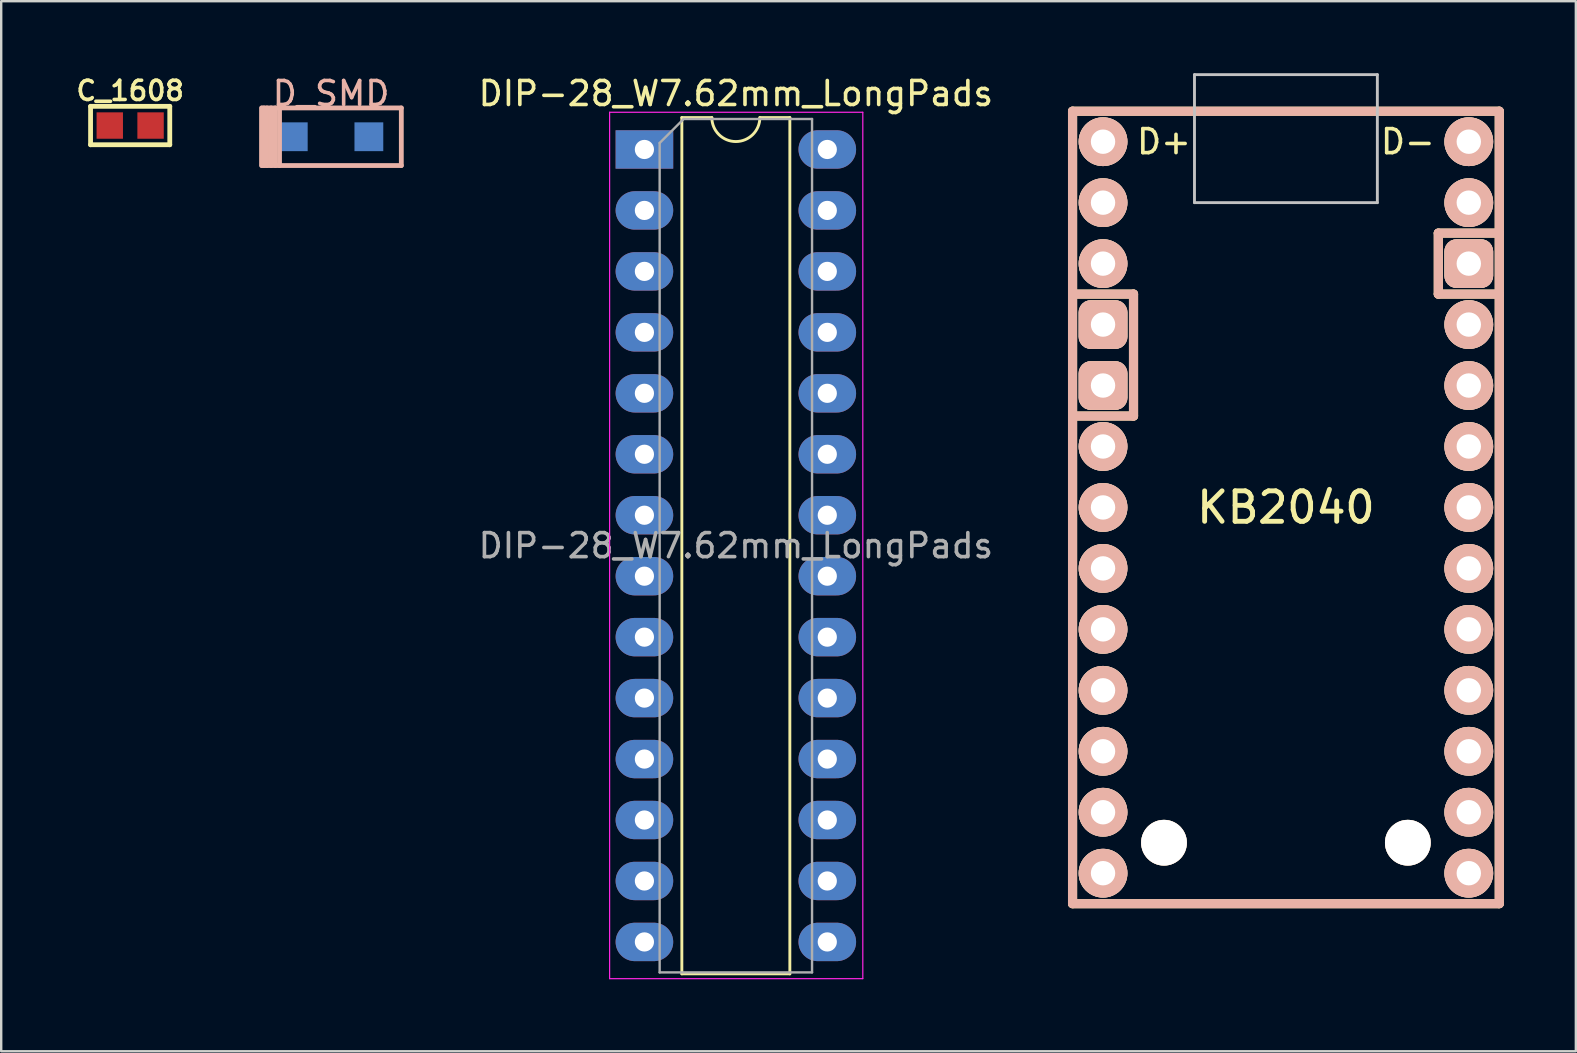
<source format=kicad_pcb>
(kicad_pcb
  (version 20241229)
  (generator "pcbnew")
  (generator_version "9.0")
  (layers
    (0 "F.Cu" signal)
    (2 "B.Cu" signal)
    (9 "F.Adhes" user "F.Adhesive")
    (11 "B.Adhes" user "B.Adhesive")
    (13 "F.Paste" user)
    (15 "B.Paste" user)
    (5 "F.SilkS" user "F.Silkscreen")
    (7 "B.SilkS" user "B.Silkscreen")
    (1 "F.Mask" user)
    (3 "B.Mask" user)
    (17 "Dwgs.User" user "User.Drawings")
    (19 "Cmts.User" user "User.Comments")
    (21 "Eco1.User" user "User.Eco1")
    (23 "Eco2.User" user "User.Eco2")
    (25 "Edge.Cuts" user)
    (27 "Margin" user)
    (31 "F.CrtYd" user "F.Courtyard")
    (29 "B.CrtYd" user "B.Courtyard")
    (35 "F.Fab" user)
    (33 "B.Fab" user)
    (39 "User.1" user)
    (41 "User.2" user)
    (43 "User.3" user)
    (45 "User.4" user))
  (footprint "D_SMD"
    (layer "F.Cu")
    (at 10.745 2.648)
    (property "Reference" "D_SMD" (at 0 -1.8 0) (layer "B.SilkS") (effects (font (size 1 1) (thickness 0.15))))
    (attr smd)
    (fp_line (start -2.898 -1.2) (end -2.898 1.2) (stroke (width 0.2) (type solid)) (layer "B.SilkS"))
    (fp_line (start -2.873 1.2) (end 2.927 1.2) (stroke (width 0.2) (type solid)) (layer "B.SilkS"))
    (fp_line (start -2.798 1.2) (end -2.798 -1.2) (stroke (width 0.2) (type solid)) (layer "B.SilkS"))
    (fp_line (start -2.673 1.2) (end -2.673 -1.2) (stroke (width 0.2) (type solid)) (layer "B.SilkS"))
    (fp_line (start -2.498 1.2) (end -2.498 -1.2) (stroke (width 0.2) (type solid)) (layer "B.SilkS"))
    (fp_line (start -2.323 1.2) (end -2.323 -1.2) (stroke (width 0.2) (type solid)) (layer "B.SilkS"))
    (fp_line (start -2.148 1.2) (end -2.148 -1.2) (stroke (width 0.2) (type solid)) (layer "B.SilkS"))
    (fp_line (start 2.927 -1.2) (end -2.873 -1.2) (stroke (width 0.2) (type solid)) (layer "B.SilkS"))
    (fp_line (start 2.927 1.2) (end 2.927 -1.2) (stroke (width 0.2) (type solid)) (layer "B.SilkS"))
    (pad "1" smd rect (at -1.575 0) (size 1.2 1.2) (layers "B.Cu" "B.Mask" "B.Paste"))
    (pad "2" smd rect (at 1.575 0) (size 1.2 1.2) (layers "B.Cu" "B.Mask" "B.Paste")))
  (footprint "KB2040"
    (layer "F.Cu")
    (at 50.531 18.094)
    (property "Reference" "KB2040" (at 0 0 180) (layer "F.SilkS") (effects (font (size 1.27 1.27) (thickness 0.203))))
    (attr through_hole)
    (fp_line (start -8.89 16.51) (end -8.89 -16.51) (stroke (width 0.381) (type solid)) (layer "F.SilkS"))
    (fp_line (start -8.89 16.51) (end 8.89 16.51) (stroke (width 0.381) (type solid)) (layer "F.SilkS"))
    (fp_line (start -6.35 -8.89) (end -8.89 -8.89) (stroke (width 0.381) (type solid)) (layer "F.SilkS"))
    (fp_line (start -6.35 -8.89) (end -6.35 -3.81) (stroke (width 0.381) (type solid)) (layer "F.SilkS"))
    (fp_line (start -6.35 -3.81) (end -8.89 -3.81) (stroke (width 0.381) (type solid)) (layer "F.SilkS"))
    (fp_line (start 6.35 -11.43) (end 6.35 -8.89) (stroke (width 0.381) (type solid)) (layer "F.SilkS"))
    (fp_line (start 8.89 -16.51) (end -8.89 -16.51) (stroke (width 0.381) (type solid)) (layer "F.SilkS"))
    (fp_line (start 8.89 -11.43) (end 6.35 -11.43) (stroke (width 0.381) (type solid)) (layer "F.SilkS"))
    (fp_line (start 8.89 -8.89) (end 6.35 -8.89) (stroke (width 0.381) (type solid)) (layer "F.SilkS"))
    (fp_line (start 8.89 16.51) (end 8.89 -16.51) (stroke (width 0.381) (type solid)) (layer "F.SilkS"))
    (fp_line (start -8.89 16.51) (end -8.89 -16.51) (stroke (width 0.381) (type solid)) (layer "B.SilkS"))
    (fp_line (start -8.89 16.51) (end 8.89 16.51) (stroke (width 0.381) (type solid)) (layer "B.SilkS"))
    (fp_line (start -6.35 -8.89) (end -8.89 -8.89) (stroke (width 0.381) (type solid)) (layer "B.SilkS"))
    (fp_line (start -6.35 -8.89) (end -6.35 -3.81) (stroke (width 0.381) (type solid)) (layer "B.SilkS"))
    (fp_line (start -6.35 -3.81) (end -8.89 -3.81) (stroke (width 0.381) (type solid)) (layer "B.SilkS"))
    (fp_line (start 6.35 -11.43) (end 6.35 -8.89) (stroke (width 0.381) (type solid)) (layer "B.SilkS"))
    (fp_line (start 8.89 -16.51) (end -8.89 -16.51) (stroke (width 0.381) (type solid)) (layer "B.SilkS"))
    (fp_line (start 8.89 -11.43) (end 6.35 -11.43) (stroke (width 0.381) (type solid)) (layer "B.SilkS"))
    (fp_line (start 8.89 -8.89) (end 6.35 -8.89) (stroke (width 0.381) (type solid)) (layer "B.SilkS"))
    (fp_line (start 8.89 16.51) (end 8.89 -16.51) (stroke (width 0.381) (type solid)) (layer "B.SilkS"))
    (fp_line (start -3.81 -12.7) (end -3.81 -18.034) (stroke (width 0.12) (type solid)) (layer "Dwgs.User"))
    (fp_line (start 3.81 -18.034) (end -3.81 -18.034) (stroke (width 0.12) (type solid)) (layer "Dwgs.User"))
    (fp_line (start 3.81 -18.034) (end 3.81 -12.7) (stroke (width 0.12) (type solid)) (layer "Dwgs.User"))
    (fp_line (start 3.81 -12.7) (end -3.81 -12.7) (stroke (width 0.12) (type solid)) (layer "Dwgs.User"))
    (fp_text user "D+" (at -5.08 -15.24 0) (unlocked yes) (layer "F.SilkS") (effects (font (size 1 1) (thickness 0.15))))
    (fp_text user "D-" (at 5.08 -15.24 0) (unlocked yes) (layer "F.SilkS") (effects (font (size 1 1) (thickness 0.15))))
    (pad "" np_thru_hole circle (at -5.08 13.97 270) (size 1.905 1.905) (drill 1.905) (layers "*.SilkS" "*.Mask"))
    (pad "" np_thru_hole circle (at 5.08 13.97 270) (size 1.905 1.905) (drill 1.905) (layers "*.SilkS" "*.Mask"))
    (pad "1" thru_hole circle (at -7.62 -15.24 270) (size 2.032 2.032) (drill 1.016) (layers "*.Cu" "*.SilkS" "*.Mask"))
    (pad "2" thru_hole circle (at -7.62 -12.7 270) (size 2.032 2.032) (drill 1.016) (layers "*.Cu" "*.SilkS" "*.Mask"))
    (pad "3" thru_hole circle (at -7.62 -10.16 270) (size 2.032 2.032) (drill 1.016) (layers "*.Cu" "*.SilkS" "*.Mask"))
    (pad "4" thru_hole roundrect (at -7.62 -7.62 270) (size 2.032 2.032) (drill 1.016) (layers "*.Cu" "*.SilkS" "*.Mask") (roundrect_rratio 0.25))
    (pad "5" thru_hole roundrect (at -7.62 -5.08 270) (size 2.032 2.032) (drill 1.016) (layers "*.Cu" "*.SilkS" "*.Mask") (roundrect_rratio 0.25))
    (pad "6" thru_hole circle (at -7.62 -2.54 270) (size 2.032 2.032) (drill 1.016) (layers "*.Cu" "*.SilkS" "*.Mask"))
    (pad "7" thru_hole circle (at -7.62 0 270) (size 2.032 2.032) (drill 1.016) (layers "*.Cu" "*.SilkS" "*.Mask"))
    (pad "8" thru_hole circle (at -7.62 2.54 270) (size 2.032 2.032) (drill 1.016) (layers "*.Cu" "*.SilkS" "*.Mask"))
    (pad "9" thru_hole circle (at -7.62 5.08 270) (size 2.032 2.032) (drill 1.016) (layers "*.Cu" "*.SilkS" "*.Mask"))
    (pad "10" thru_hole circle (at -7.62 7.62 270) (size 2.032 2.032) (drill 1.016) (layers "*.Cu" "*.SilkS" "*.Mask"))
    (pad "11" thru_hole circle (at -7.62 10.16 270) (size 2.032 2.032) (drill 1.016) (layers "*.Cu" "*.SilkS" "*.Mask"))
    (pad "12" thru_hole circle (at -7.62 12.7 270) (size 2.032 2.032) (drill 1.016) (layers "*.Cu" "*.SilkS" "*.Mask"))
    (pad "13" thru_hole circle (at -7.62 15.24 270) (size 2.032 2.032) (drill 1.016) (layers "*.Cu" "*.SilkS" "*.Mask"))
    (pad "14" thru_hole circle (at 7.62 15.24 270) (size 2.032 2.032) (drill 1.016) (layers "*.Cu" "*.SilkS" "*.Mask"))
    (pad "15" thru_hole circle (at 7.62 12.7 270) (size 2.032 2.032) (drill 1.016) (layers "*.Cu" "*.SilkS" "*.Mask"))
    (pad "16" thru_hole circle (at 7.62 10.16 270) (size 2.032 2.032) (drill 1.016) (layers "*.Cu" "*.SilkS" "*.Mask"))
    (pad "17" thru_hole circle (at 7.62 7.62 270) (size 2.032 2.032) (drill 1.016) (layers "*.Cu" "*.SilkS" "*.Mask"))
    (pad "18" thru_hole circle (at 7.62 5.08 270) (size 2.032 2.032) (drill 1.016) (layers "*.Cu" "*.SilkS" "*.Mask"))
    (pad "19" thru_hole circle (at 7.62 2.54 270) (size 2.032 2.032) (drill 1.016) (layers "*.Cu" "*.SilkS" "*.Mask"))
    (pad "20" thru_hole circle (at 7.62 0 270) (size 2.032 2.032) (drill 1.016) (layers "*.Cu" "*.SilkS" "*.Mask"))
    (pad "21" thru_hole circle (at 7.62 -2.54 270) (size 2.032 2.032) (drill 1.016) (layers "*.Cu" "*.SilkS" "*.Mask"))
    (pad "22" thru_hole circle (at 7.62 -5.08 270) (size 2.032 2.032) (drill 1.016) (layers "*.Cu" "*.SilkS" "*.Mask"))
    (pad "23" thru_hole circle (at 7.62 -7.62 270) (size 2.032 2.032) (drill 1.016) (layers "*.Cu" "*.SilkS" "*.Mask"))
    (pad "24" thru_hole roundrect (at 7.62 -10.16 270) (size 2.032 2.032) (drill 1.016) (layers "*.Cu" "*.SilkS" "*.Mask") (roundrect_rratio 0.25))
    (pad "25" thru_hole circle (at 7.62 -12.7 270) (size 2.032 2.032) (drill 1.016) (layers "*.Cu" "*.SilkS" "*.Mask"))
    (pad "26" thru_hole circle (at 7.62 -15.24 270) (size 2.032 2.032) (drill 1.016) (layers "*.Cu" "*.SilkS" "*.Mask")))
  (footprint "DIP-28_W7.62mm_LongPads"
    (layer "F.Cu")
    (at 27.611 19.688)
    (property "Reference" "DIP-28_W7.62mm_LongPads" (at 0 -18.84 0) (layer "F.SilkS") (effects (font (size 1 1) (thickness 0.15))))
    (attr through_hole)
    (fp_line (start -2.25 -17.84) (end -2.25 17.84) (stroke (width 0.12) (type solid)) (layer "F.SilkS"))
    (fp_line (start -2.25 17.84) (end 2.25 17.84) (stroke (width 0.12) (type solid)) (layer "F.SilkS"))
    (fp_line (start -1 -17.84) (end -2.25 -17.84) (stroke (width 0.12) (type solid)) (layer "F.SilkS"))
    (fp_line (start 2.25 -17.84) (end 1 -17.84) (stroke (width 0.12) (type solid)) (layer "F.SilkS"))
    (fp_line (start 2.25 17.84) (end 2.25 -17.84) (stroke (width 0.12) (type solid)) (layer "F.SilkS"))
    (fp_arc (start 1 -17.84) (mid 0 -16.84) (end -1 -17.84) (stroke (width 0.12) (type solid)) (layer "F.SilkS"))
    (fp_line (start -5.26 -18.06) (end -5.26 18.04) (stroke (width 0.05) (type solid)) (layer "F.CrtYd"))
    (fp_line (start -5.26 18.04) (end 5.29 18.04) (stroke (width 0.05) (type solid)) (layer "F.CrtYd"))
    (fp_line (start 5.29 -18.06) (end -5.26 -18.06) (stroke (width 0.05) (type solid)) (layer "F.CrtYd"))
    (fp_line (start 5.29 18.04) (end 5.29 -18.06) (stroke (width 0.05) (type solid)) (layer "F.CrtYd"))
    (fp_line (start -3.175 -16.78) (end -2.175 -17.78) (stroke (width 0.1) (type solid)) (layer "F.Fab"))
    (fp_line (start -3.175 17.78) (end -3.175 -16.78) (stroke (width 0.1) (type solid)) (layer "F.Fab"))
    (fp_line (start -2.175 -17.78) (end 3.175 -17.78) (stroke (width 0.1) (type solid)) (layer "F.Fab"))
    (fp_line (start 3.175 -17.78) (end 3.175 17.78) (stroke (width 0.1) (type solid)) (layer "F.Fab"))
    (fp_line (start 3.175 17.78) (end -3.175 17.78) (stroke (width 0.1) (type solid)) (layer "F.Fab"))
    (fp_text user "${REFERENCE}" (at 0 0 0) (layer "F.Fab") (effects (font (size 1 1) (thickness 0.15))))
    (pad "1" thru_hole rect (at -3.81 -16.51) (size 2.4 1.6) (drill 0.8) (layers "*.Cu" "*.Mask"))
    (pad "2" thru_hole oval (at -3.81 -13.97) (size 2.4 1.6) (drill 0.8) (layers "*.Cu" "*.Mask"))
    (pad "3" thru_hole oval (at -3.81 -11.43) (size 2.4 1.6) (drill 0.8) (layers "*.Cu" "*.Mask"))
    (pad "4" thru_hole oval (at -3.81 -8.89) (size 2.4 1.6) (drill 0.8) (layers "*.Cu" "*.Mask"))
    (pad "5" thru_hole oval (at -3.81 -6.35) (size 2.4 1.6) (drill 0.8) (layers "*.Cu" "*.Mask"))
    (pad "6" thru_hole oval (at -3.81 -3.81) (size 2.4 1.6) (drill 0.8) (layers "*.Cu" "*.Mask"))
    (pad "7" thru_hole oval (at -3.81 -1.27) (size 2.4 1.6) (drill 0.8) (layers "*.Cu" "*.Mask"))
    (pad "8" thru_hole oval (at -3.81 1.27) (size 2.4 1.6) (drill 0.8) (layers "*.Cu" "*.Mask"))
    (pad "9" thru_hole oval (at -3.81 3.81) (size 2.4 1.6) (drill 0.8) (layers "*.Cu" "*.Mask"))
    (pad "10" thru_hole oval (at -3.81 6.35) (size 2.4 1.6) (drill 0.8) (layers "*.Cu" "*.Mask"))
    (pad "11" thru_hole oval (at -3.81 8.89) (size 2.4 1.6) (drill 0.8) (layers "*.Cu" "*.Mask"))
    (pad "12" thru_hole oval (at -3.81 11.43) (size 2.4 1.6) (drill 0.8) (layers "*.Cu" "*.Mask"))
    (pad "13" thru_hole oval (at -3.81 13.97) (size 2.4 1.6) (drill 0.8) (layers "*.Cu" "*.Mask"))
    (pad "14" thru_hole oval (at -3.81 16.51) (size 2.4 1.6) (drill 0.8) (layers "*.Cu" "*.Mask"))
    (pad "15" thru_hole oval (at 3.81 16.51) (size 2.4 1.6) (drill 0.8) (layers "*.Cu" "*.Mask"))
    (pad "16" thru_hole oval (at 3.81 13.97) (size 2.4 1.6) (drill 0.8) (layers "*.Cu" "*.Mask"))
    (pad "17" thru_hole oval (at 3.81 11.43) (size 2.4 1.6) (drill 0.8) (layers "*.Cu" "*.Mask"))
    (pad "18" thru_hole oval (at 3.81 8.89) (size 2.4 1.6) (drill 0.8) (layers "*.Cu" "*.Mask"))
    (pad "19" thru_hole oval (at 3.81 6.35) (size 2.4 1.6) (drill 0.8) (layers "*.Cu" "*.Mask"))
    (pad "20" thru_hole oval (at 3.81 3.81) (size 2.4 1.6) (drill 0.8) (layers "*.Cu" "*.Mask"))
    (pad "21" thru_hole oval (at 3.81 1.27) (size 2.4 1.6) (drill 0.8) (layers "*.Cu" "*.Mask"))
    (pad "22" thru_hole oval (at 3.81 -1.27) (size 2.4 1.6) (drill 0.8) (layers "*.Cu" "*.Mask"))
    (pad "23" thru_hole oval (at 3.81 -3.81) (size 2.4 1.6) (drill 0.8) (layers "*.Cu" "*.Mask"))
    (pad "24" thru_hole oval (at 3.81 -6.35) (size 2.4 1.6) (drill 0.8) (layers "*.Cu" "*.Mask"))
    (pad "25" thru_hole oval (at 3.81 -8.89) (size 2.4 1.6) (drill 0.8) (layers "*.Cu" "*.Mask"))
    (pad "26" thru_hole oval (at 3.81 -11.43) (size 2.4 1.6) (drill 0.8) (layers "*.Cu" "*.Mask"))
    (pad "27" thru_hole oval (at 3.81 -13.97) (size 2.4 1.6) (drill 0.8) (layers "*.Cu" "*.Mask"))
    (pad "28" thru_hole oval (at 3.81 -16.51) (size 2.4 1.6) (drill 0.8) (layers "*.Cu" "*.Mask")))
  (footprint "C_1608"
    (layer "F.Cu")
    (at 2.374 2.181)
    (property "Reference" "C_1608" (at 0 -1.45 0) (layer "F.SilkS") (effects (font (size 0.8 0.8) (thickness 0.15))))
    (property "Value" "${VALUE}" (at 0 1.45 0) (layer "F.Fab") (hide yes) (effects (font (size 0.8 0.8) (thickness 0.15))))
    (attr through_hole)
    (fp_line (start -1.65 -0.8) (end 1.65 -0.8) (stroke (width 0.2) (type solid)) (layer "F.SilkS"))
    (fp_line (start -1.65 0.8) (end -1.65 -0.8) (stroke (width 0.2) (type solid)) (layer "F.SilkS"))
    (fp_line (start 1.65 -0.8) (end 1.65 0.8) (stroke (width 0.2) (type solid)) (layer "F.SilkS"))
    (fp_line (start 1.65 0.8) (end -1.65 0.8) (stroke (width 0.2) (type solid)) (layer "F.SilkS"))
    (pad "1" smd rect (at -0.85 0) (size 1.1 1.1) (layers "F.Cu" "F.Mask" "F.Paste"))
    (pad "2" smd rect (at 0.85 0) (size 1.1 1.1) (layers "F.Cu" "F.Mask" "F.Paste")))
  (gr_rect
    (start -3 -3)
    (end 62.612 40.753)
    (stroke (width 0.1) (type default))
    (fill no)
    (layer "Edge.Cuts")))
</source>
